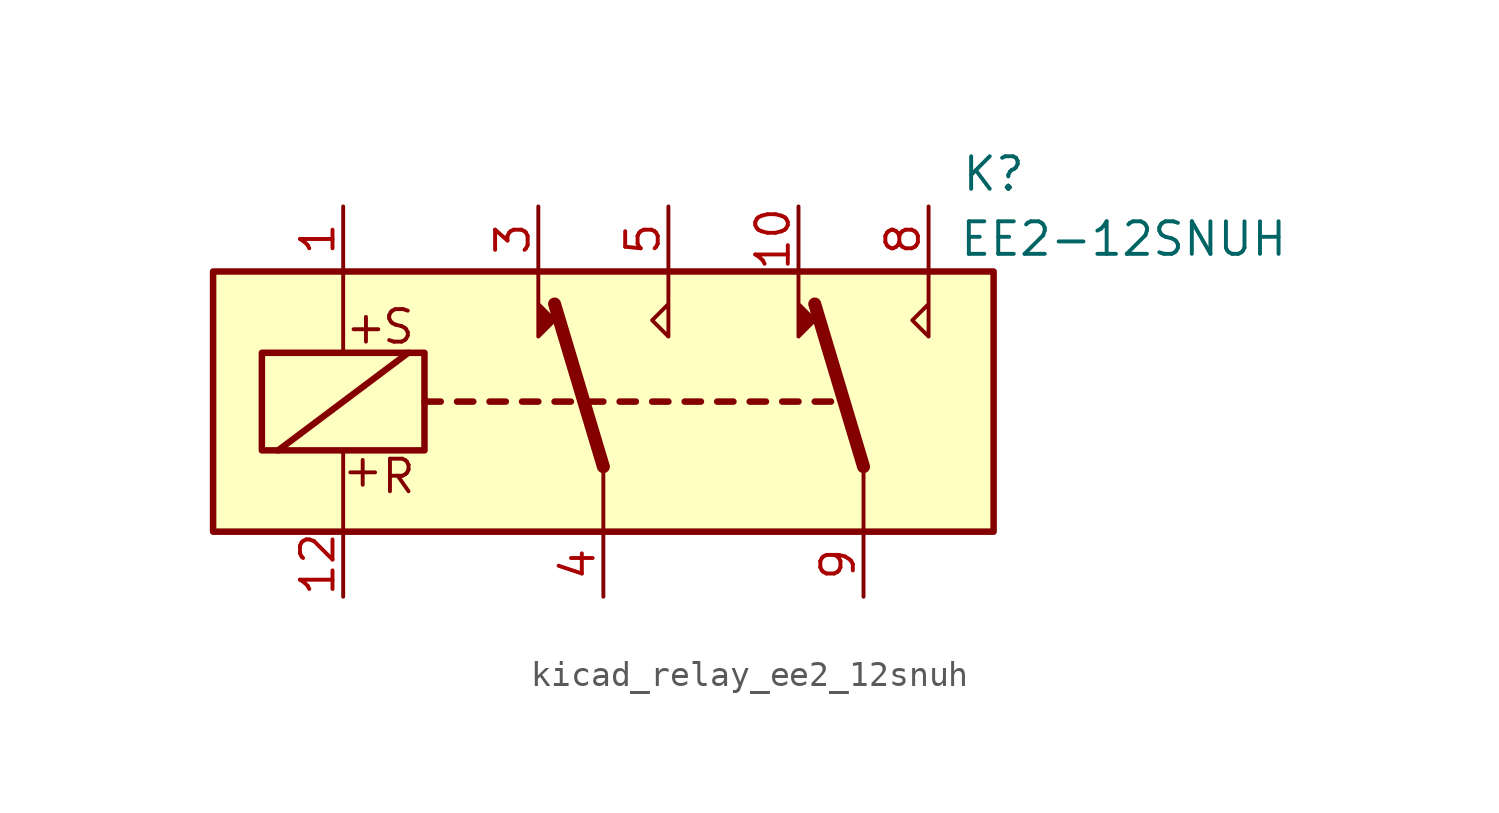
<source format=kicad_sym>
(kicad_symbol_lib
  (version 20220914)
  (generator kicad_symbol_editor)
  (symbol "kicad_relay_ee2_12snuh"
    (property "Reference" "K"
      (at 15.24 8.89 0)
      (effects (font (size 1.27 1.27))))
    (property "Value" "EE2-12SNUH"
      (at 20.32 6.35 0)
      (effects (font (size 1.27 1.27))))
    (symbol "kicad_relay_ee2_12snuh_1_1"
      (rectangle (start -15.24 5.08) (end 15.24 -5.08) (stroke (width 0.254) (type default)) (fill (type background)))
      (rectangle (start -13.335 1.905) (end -6.985 -1.905) (stroke (width 0.254) (type default)) (fill (type none)))
      (polyline (pts (xy -12.7 -1.905) (xy -7.62 1.905)) (stroke (width 0.254) (type default)) (fill (type none)))
      (polyline (pts (xy -10.16 -5.08) (xy -10.16 -1.905)) (stroke (width 0) (type default)) (fill (type none)))
      (polyline (pts (xy -10.16 5.08) (xy -10.16 1.905)) (stroke (width 0) (type default)) (fill (type none)))
      (polyline (pts (xy -6.985 0) (xy -6.35 0)) (stroke (width 0.254) (type default)) (fill (type none)))
      (polyline (pts (xy -5.715 0) (xy -5.08 0)) (stroke (width 0.254) (type default)) (fill (type none)))
      (polyline (pts (xy -4.445 0) (xy -3.81 0)) (stroke (width 0.254) (type default)) (fill (type none)))
      (polyline (pts (xy -3.175 0) (xy -2.54 0)) (stroke (width 0.254) (type default)) (fill (type none)))
      (polyline (pts (xy -1.905 0) (xy -1.27 0)) (stroke (width 0.254) (type default)) (fill (type none)))
      (polyline (pts (xy -0.635 0) (xy 0 0)) (stroke (width 0.254) (type default)) (fill (type none)))
      (polyline (pts (xy 0 -2.54) (xy -1.905 3.81)) (stroke (width 0.508) (type default)) (fill (type none)))
      (polyline (pts (xy 0 -2.54) (xy 0 -5.08)) (stroke (width 0) (type default)) (fill (type none)))
      (polyline (pts (xy 0.635 0) (xy 1.27 0)) (stroke (width 0.254) (type default)) (fill (type none)))
      (polyline (pts (xy 1.905 0) (xy 2.54 0)) (stroke (width 0.254) (type default)) (fill (type none)))
      (polyline (pts (xy 3.175 0) (xy 3.81 0)) (stroke (width 0.254) (type default)) (fill (type none)))
      (polyline (pts (xy 4.445 0) (xy 5.08 0)) (stroke (width 0.254) (type default)) (fill (type none)))
      (polyline (pts (xy 5.715 0) (xy 6.35 0)) (stroke (width 0.254) (type default)) (fill (type none)))
      (polyline (pts (xy 6.985 0) (xy 7.62 0)) (stroke (width 0.254) (type default)) (fill (type none)))
      (polyline (pts (xy 8.255 0) (xy 8.89 0)) (stroke (width 0.254) (type default)) (fill (type none)))
      (polyline (pts (xy 10.16 -2.54) (xy 8.255 3.81)) (stroke (width 0.508) (type default)) (fill (type none)))
      (polyline (pts (xy 10.16 -2.54) (xy 10.16 -5.08)) (stroke (width 0) (type default)) (fill (type none)))
      (polyline (pts (xy -2.54 5.08) (xy -2.54 2.54) (xy -1.905 3.175) (xy -2.54 3.81)) (stroke (width 0) (type default)) (fill (type outline)))
      (polyline (pts (xy 2.54 5.08) (xy 2.54 2.54) (xy 1.905 3.175) (xy 2.54 3.81)) (stroke (width 0) (type default)) (fill (type none)))
      (polyline (pts (xy 7.62 5.08) (xy 7.62 2.54) (xy 8.255 3.175) (xy 7.62 3.81)) (stroke (width 0) (type default)) (fill (type outline)))
      (polyline (pts (xy 12.7 5.08) (xy 12.7 2.54) (xy 12.065 3.175) (xy 12.7 3.81)) (stroke (width 0) (type default)) (fill (type none)))
      (text "+" (at -9.398 -2.667 0) (effects (font (size 1.27 1.27))))
      (text "+" (at -9.271 2.921 0) (effects (font (size 1.27 1.27))))
      (text "R" (at -8.001 -2.921 0) (effects (font (size 1.27 1.27))))
      (text "S" (at -8.001 2.921 0) (effects (font (size 1.27 1.27))))
      (pin passive line (at -10.16 7.62 270) (length 2.54) (name "~" (effects (font (size 1.27 1.27)))) (number "1" (effects (font (size 1.27 1.27)))))
      (pin passive line (at 7.62 7.62 270) (length 2.54) (name "~" (effects (font (size 1.27 1.27)))) (number "10" (effects (font (size 1.27 1.27)))))
      (pin passive line (at -10.16 -7.62 90) (length 2.54) (name "~" (effects (font (size 1.27 1.27)))) (number "12" (effects (font (size 1.27 1.27)))))
      (pin passive line (at -2.54 7.62 270) (length 2.54) (name "~" (effects (font (size 1.27 1.27)))) (number "3" (effects (font (size 1.27 1.27)))))
      (pin passive line (at 0 -7.62 90) (length 2.54) (name "~" (effects (font (size 1.27 1.27)))) (number "4" (effects (font (size 1.27 1.27)))))
      (pin passive line (at 2.54 7.62 270) (length 2.54) (name "~" (effects (font (size 1.27 1.27)))) (number "5" (effects (font (size 1.27 1.27)))))
      (pin passive line (at 12.7 7.62 270) (length 2.54) (name "~" (effects (font (size 1.27 1.27)))) (number "8" (effects (font (size 1.27 1.27)))))
      (pin passive line (at 10.16 -7.62 90) (length 2.54) (name "~" (effects (font (size 1.27 1.27)))) (number "9" (effects (font (size 1.27 1.27))))))))
</source>
